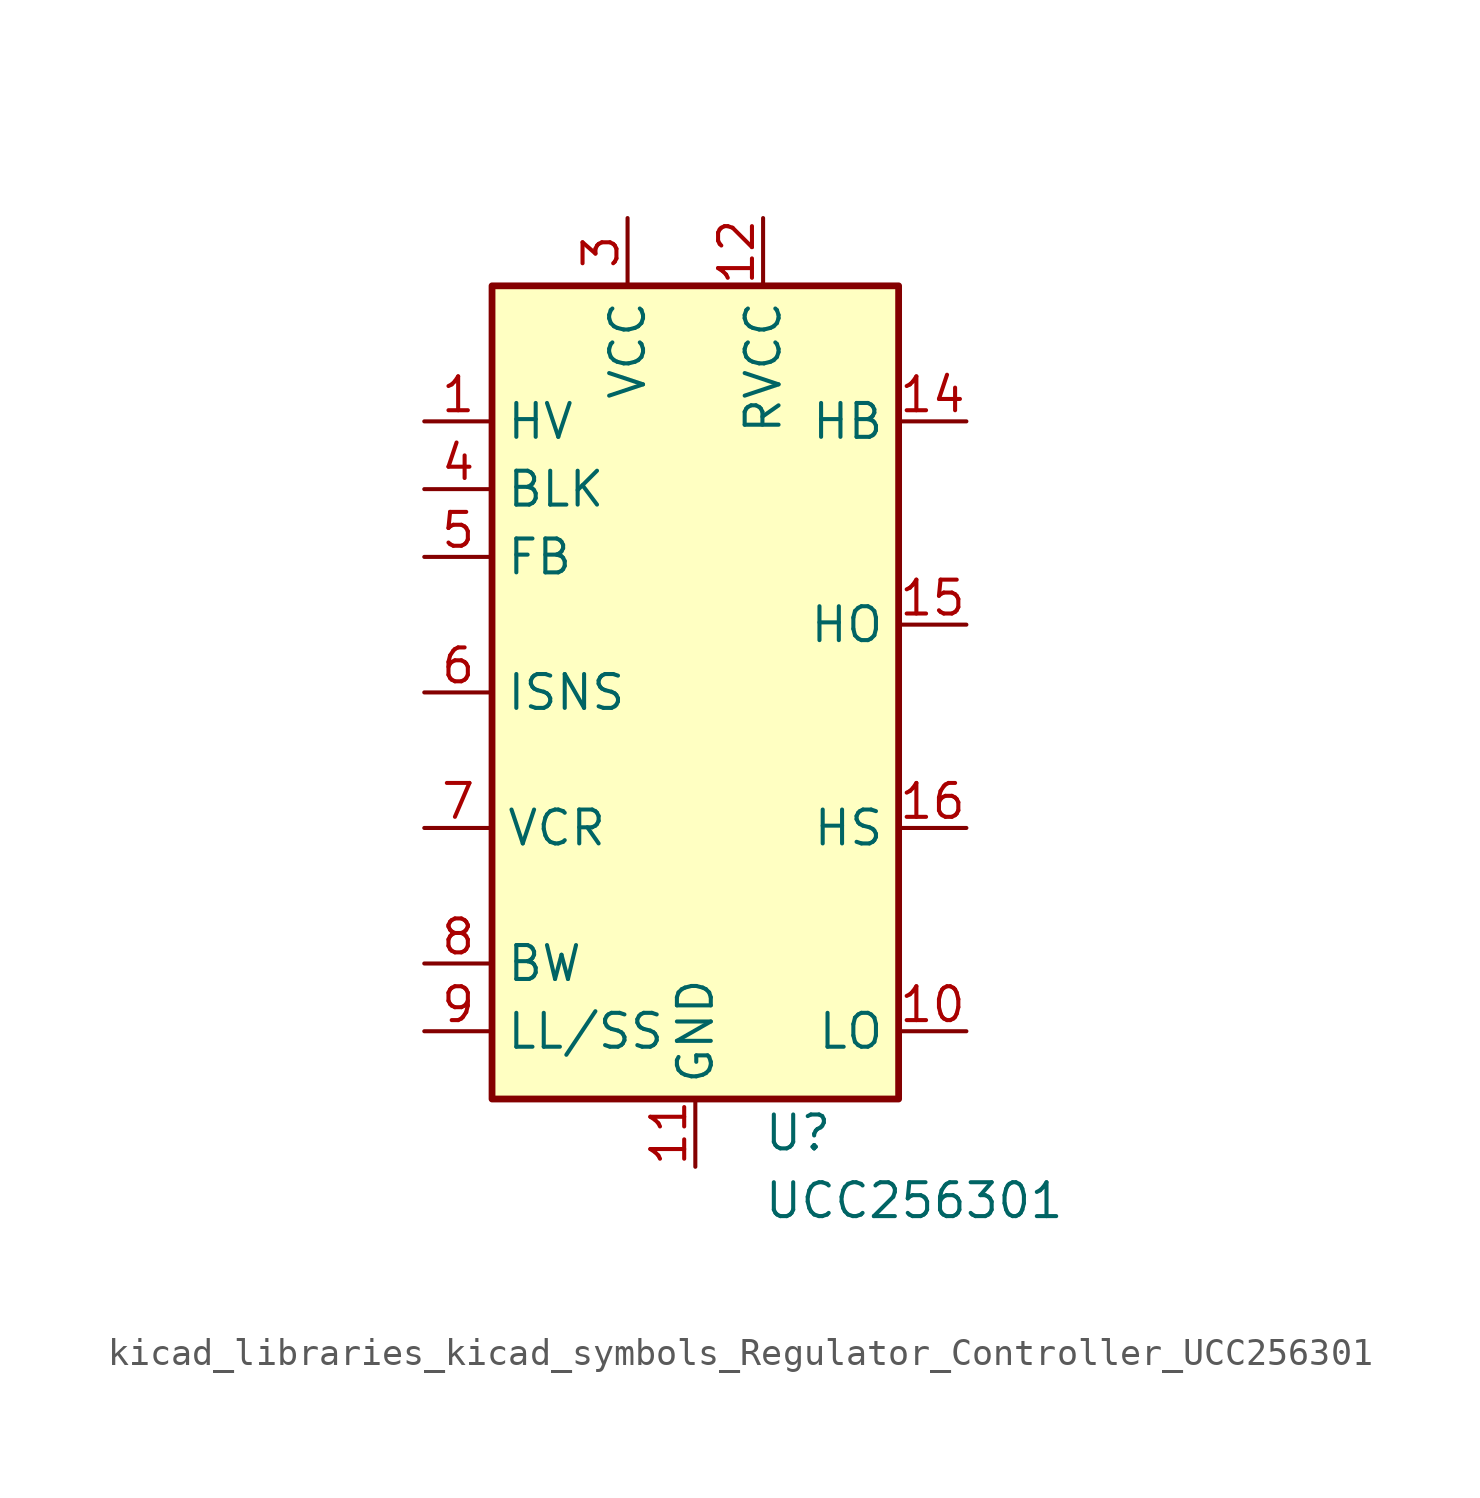
<source format=kicad_sym>
(kicad_symbol_lib
  (version 20220914)
  (generator kicad_symbol_editor)
  (symbol "kicad_libraries_kicad_symbols_Regulator_Controller_UCC256301"
    (property "Reference" "U"
      (at 2.54 -16.51 0)
      (effects (font (size 1.27 1.27)) (justify left)))
    (property "Value" "UCC256301"
      (at 2.54 -19.05 0)
      (effects (font (size 1.27 1.27)) (justify left)))
    (symbol "kicad_libraries_kicad_symbols_Regulator_Controller_UCC256301_0_1"
      (rectangle (start -7.62 15.24) (end 7.62 -15.24) (stroke (width 0.254) (type default)) (fill (type background))))
    (symbol "kicad_libraries_kicad_symbols_Regulator_Controller_UCC256301_1_1"
      (pin input line (at -10.16 10.16 0) (length 2.54) (name "HV" (effects (font (size 1.27 1.27)))) (number "1" (effects (font (size 1.27 1.27)))))
      (pin output line (at 10.16 -12.7 180) (length 2.54) (name "LO" (effects (font (size 1.27 1.27)))) (number "10" (effects (font (size 1.27 1.27)))))
      (pin power_in line (at 0 -17.78 90) (length 2.54) (name "GND" (effects (font (size 1.27 1.27)))) (number "11" (effects (font (size 1.27 1.27)))))
      (pin power_out line (at 2.54 17.78 270) (length 2.54) (name "RVCC" (effects (font (size 1.27 1.27)))) (number "12" (effects (font (size 1.27 1.27)))))
      (pin input line (at 10.16 10.16 180) (length 2.54) (name "HB" (effects (font (size 1.27 1.27)))) (number "14" (effects (font (size 1.27 1.27)))))
      (pin output line (at 10.16 2.54 180) (length 2.54) (name "HO" (effects (font (size 1.27 1.27)))) (number "15" (effects (font (size 1.27 1.27)))))
      (pin input line (at 10.16 -5.08 180) (length 2.54) (name "HS" (effects (font (size 1.27 1.27)))) (number "16" (effects (font (size 1.27 1.27)))))
      (pin power_in line (at -2.54 17.78 270) (length 2.54) (name "VCC" (effects (font (size 1.27 1.27)))) (number "3" (effects (font (size 1.27 1.27)))))
      (pin input line (at -10.16 7.62 0) (length 2.54) (name "BLK" (effects (font (size 1.27 1.27)))) (number "4" (effects (font (size 1.27 1.27)))))
      (pin input line (at -10.16 5.08 0) (length 2.54) (name "FB" (effects (font (size 1.27 1.27)))) (number "5" (effects (font (size 1.27 1.27)))))
      (pin input line (at -10.16 0 0) (length 2.54) (name "ISNS" (effects (font (size 1.27 1.27)))) (number "6" (effects (font (size 1.27 1.27)))))
      (pin input line (at -10.16 -5.08 0) (length 2.54) (name "VCR" (effects (font (size 1.27 1.27)))) (number "7" (effects (font (size 1.27 1.27)))))
      (pin input line (at -10.16 -10.16 0) (length 2.54) (name "BW" (effects (font (size 1.27 1.27)))) (number "8" (effects (font (size 1.27 1.27)))))
      (pin input line (at -10.16 -12.7 0) (length 2.54) (name "LL/SS" (effects (font (size 1.27 1.27)))) (number "9" (effects (font (size 1.27 1.27))))))))
</source>
